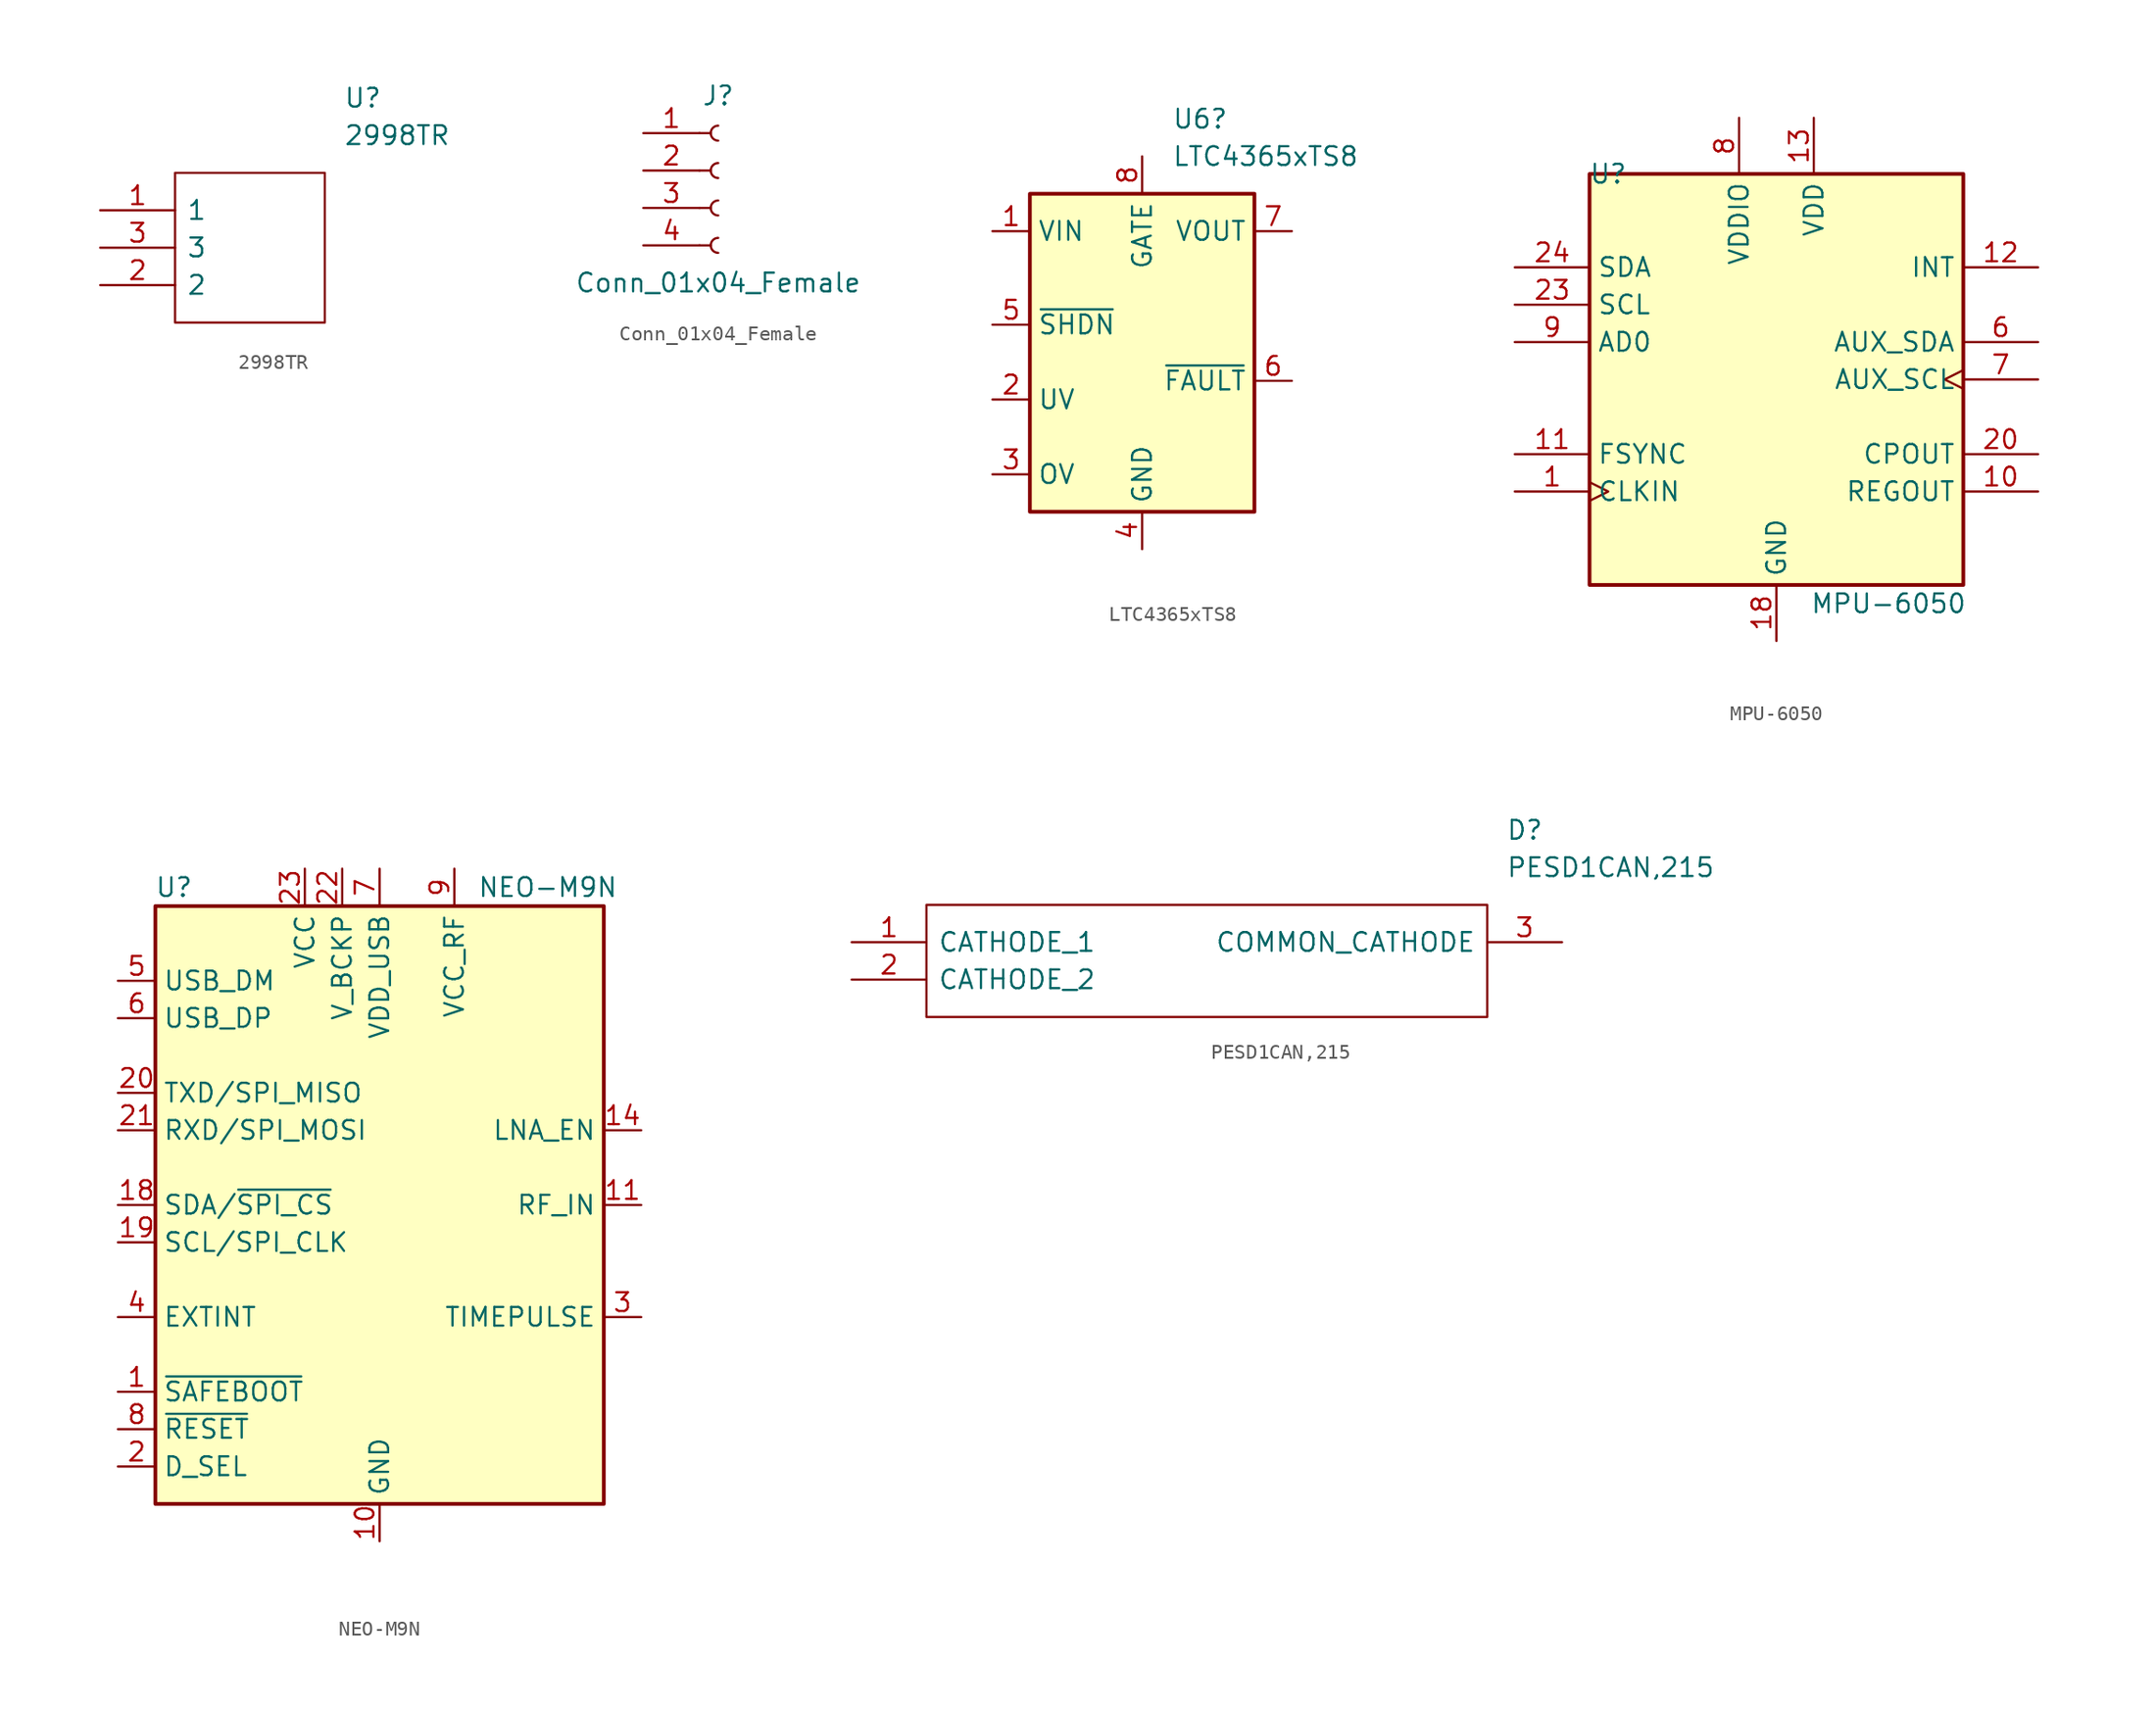
<source format=kicad_sym>
(kicad_symbol_lib
  (version 20220914)
  (generator kicad_symbol_editor)
  (symbol "2998TR"
    (pin_names
      (offset 0.762))
    (property "Reference" "U"
      (at 16.51 7.62 0)
      (effects (font (size 1.27 1.27)) (justify left)))
    (property "Value" "2998TR"
      (at 16.51 5.08 0)
      (effects (font (size 1.27 1.27)) (justify left)))
    (symbol "2998TR_0_0"
      (pin passive line (at 0 0 0) (length 5.08) (name "1" (effects (font (size 1.27 1.27)))) (number "1" (effects (font (size 1.27 1.27)))))
      (pin passive line (at 0 -5.08 0) (length 5.08) (name "2" (effects (font (size 1.27 1.27)))) (number "2" (effects (font (size 1.27 1.27)))))
      (pin passive line (at 0 -2.54 0) (length 5.08) (name "3" (effects (font (size 1.27 1.27)))) (number "3" (effects (font (size 1.27 1.27))))))
    (symbol "2998TR_0_1"
      (polyline (pts (xy 5.08 2.54) (xy 15.24 2.54) (xy 15.24 -7.62) (xy 5.08 -7.62) (xy 5.08 2.54)) (stroke (width 0.152) (type solid)) (fill (type none)))))
  (symbol "Conn_01x04_Female"
    (pin_names
      (offset 1.016) hide)
    (property "Reference" "J"
      (at 0 5.08 0)
      (effects (font (size 1.27 1.27))))
    (property "Value" "Conn_01x04_Female"
      (at 0 -7.62 0)
      (effects (font (size 1.27 1.27))))
    (symbol "Conn_01x04_Female_1_1"
      (arc (start 0 -4.572) (mid -0.5058 -5.08) (end 0 -5.588) (stroke (width 0.1524) (type default)) (fill (type none)))
      (arc (start 0 -2.032) (mid -0.5058 -2.54) (end 0 -3.048) (stroke (width 0.1524) (type default)) (fill (type none)))
      (polyline (pts (xy -1.27 -5.08) (xy -0.508 -5.08)) (stroke (width 0.152) (type default)) (fill (type none)))
      (polyline (pts (xy -1.27 -2.54) (xy -0.508 -2.54)) (stroke (width 0.152) (type default)) (fill (type none)))
      (polyline (pts (xy -1.27 0) (xy -0.508 0)) (stroke (width 0.152) (type default)) (fill (type none)))
      (polyline (pts (xy -1.27 2.54) (xy -0.508 2.54)) (stroke (width 0.152) (type default)) (fill (type none)))
      (arc (start 0 0.508) (mid -0.5058 0) (end 0 -0.508) (stroke (width 0.1524) (type default)) (fill (type none)))
      (arc (start 0 3.048) (mid -0.5058 2.54) (end 0 2.032) (stroke (width 0.1524) (type default)) (fill (type none)))
      (pin passive line (at -5.08 2.54 0) (length 3.81) (name "Pin_1" (effects (font (size 1.27 1.27)))) (number "1" (effects (font (size 1.27 1.27)))))
      (pin passive line (at -5.08 0 0) (length 3.81) (name "Pin_2" (effects (font (size 1.27 1.27)))) (number "2" (effects (font (size 1.27 1.27)))))
      (pin passive line (at -5.08 -2.54 0) (length 3.81) (name "Pin_3" (effects (font (size 1.27 1.27)))) (number "3" (effects (font (size 1.27 1.27)))))
      (pin passive line (at -5.08 -5.08 0) (length 3.81) (name "Pin_4" (effects (font (size 1.27 1.27)))) (number "4" (effects (font (size 1.27 1.27)))))))
  (symbol "LTC4365xTS8"
    (property "Reference" "U6"
      (at 2.019 12.7 0)
      (effects (font (size 1.27 1.27)) (justify left)))
    (property "Value" "LTC4365xTS8"
      (at 2.019 10.16 0)
      (effects (font (size 1.27 1.27)) (justify left)))
    (symbol "LTC4365xTS8_0_1"
      (rectangle (start -7.62 7.62) (end 7.62 -13.97) (stroke (width 0.254) (type default)) (fill (type background))))
    (symbol "LTC4365xTS8_1_1"
      (pin power_in line (at -10.16 5.08 0) (length 2.54) (name "VIN" (effects (font (size 1.27 1.27)))) (number "1" (effects (font (size 1.27 1.27)))))
      (pin input line (at -10.16 -6.35 0) (length 2.54) (name "UV" (effects (font (size 1.27 1.27)))) (number "2" (effects (font (size 1.27 1.27)))))
      (pin input line (at -10.16 -11.43 0) (length 2.54) (name "OV" (effects (font (size 1.27 1.27)))) (number "3" (effects (font (size 1.27 1.27)))))
      (pin power_in line (at 0 -16.51 90) (length 2.54) (name "GND" (effects (font (size 1.27 1.27)))) (number "4" (effects (font (size 1.27 1.27)))))
      (pin input line (at -10.16 -1.27 0) (length 2.54) (name "~{SHDN}" (effects (font (size 1.27 1.27)))) (number "5" (effects (font (size 1.27 1.27)))))
      (pin open_collector line (at 10.16 -5.08 180) (length 2.54) (name "~{FAULT}" (effects (font (size 1.27 1.27)))) (number "6" (effects (font (size 1.27 1.27)))))
      (pin input line (at 10.16 5.08 180) (length 2.54) (name "VOUT" (effects (font (size 1.27 1.27)))) (number "7" (effects (font (size 1.27 1.27)))))
      (pin output line (at 0 10.16 270) (length 2.54) (name "GATE" (effects (font (size 1.27 1.27)))) (number "8" (effects (font (size 1.27 1.27)))))))
  (symbol "MPU-6050"
    (property "Reference" "U"
      (at -11.43 13.97 0)
      (effects (font (size 1.27 1.27))))
    (property "Value" "MPU-6050"
      (at 7.62 -15.24 0)
      (effects (font (size 1.27 1.27))))
    (symbol "MPU-6050_0_0"
      (text "" (at 12.7 -2.54 0) (effects (font (size 1.27 1.27)))))
    (symbol "MPU-6050_0_1"
      (rectangle (start -12.7 13.97) (end 12.7 -13.97) (stroke (width 0.254) (type default)) (fill (type background))))
    (symbol "MPU-6050_1_1"
      (pin input clock (at -17.78 -7.62 0) (length 5.08) (name "CLKIN" (effects (font (size 1.27 1.27)))) (number "1" (effects (font (size 1.27 1.27)))))
      (pin passive line (at 17.78 -7.62 180) (length 5.08) (name "REGOUT" (effects (font (size 1.27 1.27)))) (number "10" (effects (font (size 1.27 1.27)))))
      (pin input line (at -17.78 -5.08 0) (length 5.08) (name "FSYNC" (effects (font (size 1.27 1.27)))) (number "11" (effects (font (size 1.27 1.27)))))
      (pin output line (at 17.78 7.62 180) (length 5.08) (name "INT" (effects (font (size 1.27 1.27)))) (number "12" (effects (font (size 1.27 1.27)))))
      (pin power_in line (at 2.54 17.78 270) (length 3.81) (name "VDD" (effects (font (size 1.27 1.27)))) (number "13" (effects (font (size 1.27 1.27)))))
      (pin no_connect line (at -12.7 -10.16 0) (length 2.54) hide (name "NC" (effects (font (size 1.27 1.27)))) (number "14" (effects (font (size 1.27 1.27)))))
      (pin no_connect line (at 12.7 12.7 180) (length 2.54) hide (name "NC" (effects (font (size 1.27 1.27)))) (number "15" (effects (font (size 1.27 1.27)))))
      (pin no_connect line (at 12.7 10.16 180) (length 2.54) hide (name "NC" (effects (font (size 1.27 1.27)))) (number "16" (effects (font (size 1.27 1.27)))))
      (pin no_connect line (at 12.7 5.08 180) (length 2.54) hide (name "NC" (effects (font (size 1.27 1.27)))) (number "17" (effects (font (size 1.27 1.27)))))
      (pin power_in line (at 0 -17.78 90) (length 3.81) (name "GND" (effects (font (size 1.27 1.27)))) (number "18" (effects (font (size 1.27 1.27)))))
      (pin no_connect line (at 12.7 -10.16 180) (length 2.54) hide (name "NC" (effects (font (size 1.27 1.27)))) (number "19" (effects (font (size 1.27 1.27)))))
      (pin no_connect line (at -12.7 12.7 0) (length 2.54) hide (name "NC" (effects (font (size 1.27 1.27)))) (number "2" (effects (font (size 1.27 1.27)))))
      (pin passive line (at 17.78 -5.08 180) (length 5.08) (name "CPOUT" (effects (font (size 1.27 1.27)))) (number "20" (effects (font (size 1.27 1.27)))))
      (pin no_connect line (at 12.7 -2.54 180) (length 2.54) hide (name "NC" (effects (font (size 1.27 1.27)))) (number "21" (effects (font (size 1.27 1.27)))))
      (pin no_connect line (at 12.7 -12.7 180) (length 2.54) hide (name "NC" (effects (font (size 1.27 1.27)))) (number "22" (effects (font (size 1.27 1.27)))))
      (pin input line (at -17.78 5.08 0) (length 5.08) (name "SCL" (effects (font (size 1.27 1.27)))) (number "23" (effects (font (size 1.27 1.27)))))
      (pin bidirectional line (at -17.78 7.62 0) (length 5.08) (name "SDA" (effects (font (size 1.27 1.27)))) (number "24" (effects (font (size 1.27 1.27)))))
      (pin no_connect line (at -12.7 10.16 0) (length 2.54) hide (name "NC" (effects (font (size 1.27 1.27)))) (number "3" (effects (font (size 1.27 1.27)))))
      (pin no_connect line (at -12.7 0 0) (length 2.54) hide (name "NC" (effects (font (size 1.27 1.27)))) (number "4" (effects (font (size 1.27 1.27)))))
      (pin no_connect line (at -12.7 -2.54 0) (length 2.54) hide (name "NC" (effects (font (size 1.27 1.27)))) (number "5" (effects (font (size 1.27 1.27)))))
      (pin bidirectional line (at 17.78 2.54 180) (length 5.08) (name "AUX_SDA" (effects (font (size 1.27 1.27)))) (number "6" (effects (font (size 1.27 1.27)))))
      (pin output clock (at 17.78 0 180) (length 5.08) (name "AUX_SCL" (effects (font (size 1.27 1.27)))) (number "7" (effects (font (size 1.27 1.27)))))
      (pin power_in line (at -2.54 17.78 270) (length 3.81) (name "VDDIO" (effects (font (size 1.27 1.27)))) (number "8" (effects (font (size 1.27 1.27)))))
      (pin input line (at -17.78 2.54 0) (length 5.08) (name "AD0" (effects (font (size 1.27 1.27)))) (number "9" (effects (font (size 1.27 1.27)))))))
  (symbol "NEO-M9N"
    (property "Reference" "U"
      (at -13.97 21.59 0)
      (effects (font (size 1.27 1.27))))
    (property "Value" "NEO-M9N"
      (at 11.43 21.59 0)
      (effects (font (size 1.27 1.27))))
    (symbol "NEO-M9N_0_1"
      (rectangle (start -15.24 20.32) (end 15.24 -20.32) (stroke (width 0.254) (type default)) (fill (type background))))
    (symbol "NEO-M9N_1_1"
      (pin input line (at -17.78 -12.7 0) (length 2.54) (name "~{SAFEBOOT}" (effects (font (size 1.27 1.27)))) (number "1" (effects (font (size 1.27 1.27)))))
      (pin power_in line (at 0 -22.86 90) (length 2.54) (name "GND" (effects (font (size 1.27 1.27)))) (number "10" (effects (font (size 1.27 1.27)))))
      (pin input line (at 17.78 0 180) (length 2.54) (name "RF_IN" (effects (font (size 1.27 1.27)))) (number "11" (effects (font (size 1.27 1.27)))))
      (pin passive line (at 0 -22.86 90) (length 2.54) hide (name "GND" (effects (font (size 1.27 1.27)))) (number "12" (effects (font (size 1.27 1.27)))))
      (pin passive line (at 0 -22.86 90) (length 2.54) hide (name "GND" (effects (font (size 1.27 1.27)))) (number "13" (effects (font (size 1.27 1.27)))))
      (pin output line (at 17.78 5.08 180) (length 2.54) (name "LNA_EN" (effects (font (size 1.27 1.27)))) (number "14" (effects (font (size 1.27 1.27)))))
      (pin no_connect line (at 15.24 -10.16 180) (length 2.54) hide (name "RESERVED" (effects (font (size 1.27 1.27)))) (number "15" (effects (font (size 1.27 1.27)))))
      (pin no_connect line (at 15.24 -12.7 180) (length 2.54) hide (name "RESERVED" (effects (font (size 1.27 1.27)))) (number "16" (effects (font (size 1.27 1.27)))))
      (pin no_connect line (at 15.24 -15.24 180) (length 2.54) hide (name "RESERVED" (effects (font (size 1.27 1.27)))) (number "17" (effects (font (size 1.27 1.27)))))
      (pin bidirectional line (at -17.78 0 0) (length 2.54) (name "SDA/~{SPI_CS}" (effects (font (size 1.27 1.27)))) (number "18" (effects (font (size 1.27 1.27)))))
      (pin input line (at -17.78 -2.54 0) (length 2.54) (name "SCL/SPI_CLK" (effects (font (size 1.27 1.27)))) (number "19" (effects (font (size 1.27 1.27)))))
      (pin input line (at -17.78 -17.78 0) (length 2.54) (name "D_SEL" (effects (font (size 1.27 1.27)))) (number "2" (effects (font (size 1.27 1.27)))))
      (pin output line (at -17.78 7.62 0) (length 2.54) (name "TXD/SPI_MISO" (effects (font (size 1.27 1.27)))) (number "20" (effects (font (size 1.27 1.27)))))
      (pin input line (at -17.78 5.08 0) (length 2.54) (name "RXD/SPI_MOSI" (effects (font (size 1.27 1.27)))) (number "21" (effects (font (size 1.27 1.27)))))
      (pin power_in line (at -2.54 22.86 270) (length 2.54) (name "V_BCKP" (effects (font (size 1.27 1.27)))) (number "22" (effects (font (size 1.27 1.27)))))
      (pin power_in line (at -5.08 22.86 270) (length 2.54) (name "VCC" (effects (font (size 1.27 1.27)))) (number "23" (effects (font (size 1.27 1.27)))))
      (pin passive line (at 0 -22.86 90) (length 2.54) hide (name "GND" (effects (font (size 1.27 1.27)))) (number "24" (effects (font (size 1.27 1.27)))))
      (pin output line (at 17.78 -7.62 180) (length 2.54) (name "TIMEPULSE" (effects (font (size 1.27 1.27)))) (number "3" (effects (font (size 1.27 1.27)))))
      (pin input line (at -17.78 -7.62 0) (length 2.54) (name "EXTINT" (effects (font (size 1.27 1.27)))) (number "4" (effects (font (size 1.27 1.27)))))
      (pin bidirectional line (at -17.78 15.24 0) (length 2.54) (name "USB_DM" (effects (font (size 1.27 1.27)))) (number "5" (effects (font (size 1.27 1.27)))))
      (pin bidirectional line (at -17.78 12.7 0) (length 2.54) (name "USB_DP" (effects (font (size 1.27 1.27)))) (number "6" (effects (font (size 1.27 1.27)))))
      (pin power_in line (at 0 22.86 270) (length 2.54) (name "VDD_USB" (effects (font (size 1.27 1.27)))) (number "7" (effects (font (size 1.27 1.27)))))
      (pin input line (at -17.78 -15.24 0) (length 2.54) (name "~{RESET}" (effects (font (size 1.27 1.27)))) (number "8" (effects (font (size 1.27 1.27)))))
      (pin power_out line (at 5.08 22.86 270) (length 2.54) (name "VCC_RF" (effects (font (size 1.27 1.27)))) (number "9" (effects (font (size 1.27 1.27)))))))
  (symbol "PESD1CAN,215"
    (pin_names
      (offset 0.762))
    (property "Reference" "D"
      (at 44.45 7.62 0)
      (effects (font (size 1.27 1.27)) (justify left)))
    (property "Value" "PESD1CAN,215"
      (at 44.45 5.08 0)
      (effects (font (size 1.27 1.27)) (justify left)))
    (symbol "PESD1CAN,215_0_0"
      (pin passive line (at 0 0 0) (length 5.08) (name "CATHODE_1" (effects (font (size 1.27 1.27)))) (number "1" (effects (font (size 1.27 1.27)))))
      (pin passive line (at 0 -2.54 0) (length 5.08) (name "CATHODE_2" (effects (font (size 1.27 1.27)))) (number "2" (effects (font (size 1.27 1.27)))))
      (pin passive line (at 48.26 0 180) (length 5.08) (name "COMMON_CATHODE" (effects (font (size 1.27 1.27)))) (number "3" (effects (font (size 1.27 1.27))))))
    (symbol "PESD1CAN,215_0_1"
      (polyline (pts (xy 5.08 2.54) (xy 43.18 2.54) (xy 43.18 -5.08) (xy 5.08 -5.08) (xy 5.08 2.54)) (stroke (width 0.152) (type default)) (fill (type none))))))
</source>
